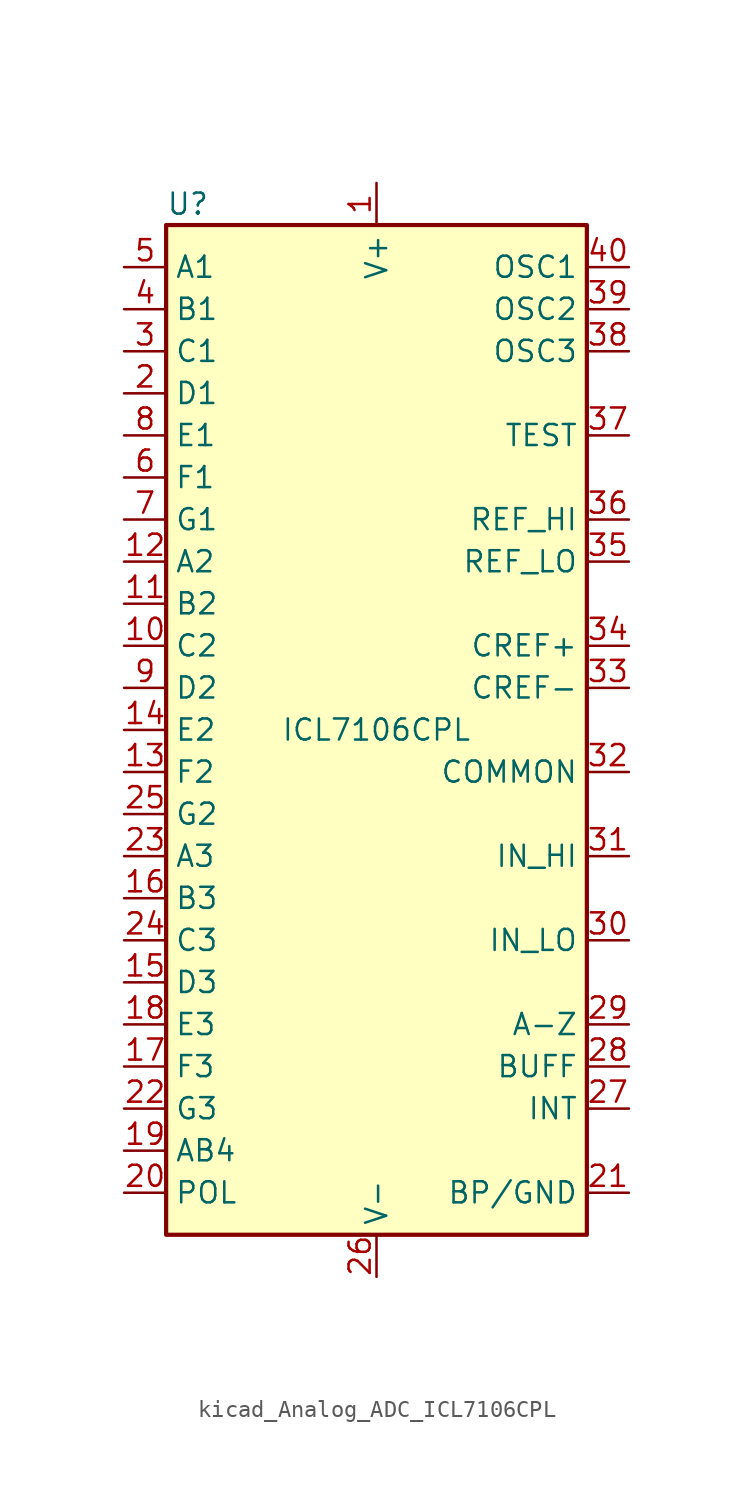
<source format=kicad_sym>
(kicad_symbol_lib
  (version 20220914)
  (generator kicad_symbol_editor)
  (symbol "kicad_Analog_ADC_ICL7106CPL"
    (property "Reference" "U"
      (at -12.7 31.75 0)
      (effects (font (size 1.27 1.27)) (justify left)))
    (property "Value" "ICL7106CPL"
      (at 0 0 0)
      (effects (font (size 1.27 1.27))))
    (symbol "kicad_Analog_ADC_ICL7106CPL_0_1"
      (rectangle (start -12.7 30.48) (end 12.7 -30.48) (stroke (width 0.254) (type default)) (fill (type background))))
    (symbol "kicad_Analog_ADC_ICL7106CPL_1_1"
      (pin power_in line (at 0 33.02 270) (length 2.54) (name "V+" (effects (font (size 1.27 1.27)))) (number "1" (effects (font (size 1.27 1.27)))))
      (pin output line (at -15.24 5.08 0) (length 2.54) (name "C2" (effects (font (size 1.27 1.27)))) (number "10" (effects (font (size 1.27 1.27)))))
      (pin output line (at -15.24 7.62 0) (length 2.54) (name "B2" (effects (font (size 1.27 1.27)))) (number "11" (effects (font (size 1.27 1.27)))))
      (pin output line (at -15.24 10.16 0) (length 2.54) (name "A2" (effects (font (size 1.27 1.27)))) (number "12" (effects (font (size 1.27 1.27)))))
      (pin output line (at -15.24 -2.54 0) (length 2.54) (name "F2" (effects (font (size 1.27 1.27)))) (number "13" (effects (font (size 1.27 1.27)))))
      (pin output line (at -15.24 0 0) (length 2.54) (name "E2" (effects (font (size 1.27 1.27)))) (number "14" (effects (font (size 1.27 1.27)))))
      (pin output line (at -15.24 -15.24 0) (length 2.54) (name "D3" (effects (font (size 1.27 1.27)))) (number "15" (effects (font (size 1.27 1.27)))))
      (pin output line (at -15.24 -10.16 0) (length 2.54) (name "B3" (effects (font (size 1.27 1.27)))) (number "16" (effects (font (size 1.27 1.27)))))
      (pin output line (at -15.24 -20.32 0) (length 2.54) (name "F3" (effects (font (size 1.27 1.27)))) (number "17" (effects (font (size 1.27 1.27)))))
      (pin output line (at -15.24 -17.78 0) (length 2.54) (name "E3" (effects (font (size 1.27 1.27)))) (number "18" (effects (font (size 1.27 1.27)))))
      (pin output line (at -15.24 -25.4 0) (length 2.54) (name "AB4" (effects (font (size 1.27 1.27)))) (number "19" (effects (font (size 1.27 1.27)))))
      (pin output line (at -15.24 20.32 0) (length 2.54) (name "D1" (effects (font (size 1.27 1.27)))) (number "2" (effects (font (size 1.27 1.27)))))
      (pin output line (at -15.24 -27.94 0) (length 2.54) (name "POL" (effects (font (size 1.27 1.27)))) (number "20" (effects (font (size 1.27 1.27)))))
      (pin bidirectional line (at 15.24 -27.94 180) (length 2.54) (name "BP/GND" (effects (font (size 1.27 1.27)))) (number "21" (effects (font (size 1.27 1.27)))))
      (pin output line (at -15.24 -22.86 0) (length 2.54) (name "G3" (effects (font (size 1.27 1.27)))) (number "22" (effects (font (size 1.27 1.27)))))
      (pin output line (at -15.24 -7.62 0) (length 2.54) (name "A3" (effects (font (size 1.27 1.27)))) (number "23" (effects (font (size 1.27 1.27)))))
      (pin output line (at -15.24 -12.7 0) (length 2.54) (name "C3" (effects (font (size 1.27 1.27)))) (number "24" (effects (font (size 1.27 1.27)))))
      (pin output line (at -15.24 -5.08 0) (length 2.54) (name "G2" (effects (font (size 1.27 1.27)))) (number "25" (effects (font (size 1.27 1.27)))))
      (pin power_in line (at 0 -33.02 90) (length 2.54) (name "V-" (effects (font (size 1.27 1.27)))) (number "26" (effects (font (size 1.27 1.27)))))
      (pin passive line (at 15.24 -22.86 180) (length 2.54) (name "INT" (effects (font (size 1.27 1.27)))) (number "27" (effects (font (size 1.27 1.27)))))
      (pin output line (at 15.24 -20.32 180) (length 2.54) (name "BUFF" (effects (font (size 1.27 1.27)))) (number "28" (effects (font (size 1.27 1.27)))))
      (pin passive line (at 15.24 -17.78 180) (length 2.54) (name "A-Z" (effects (font (size 1.27 1.27)))) (number "29" (effects (font (size 1.27 1.27)))))
      (pin output line (at -15.24 22.86 0) (length 2.54) (name "C1" (effects (font (size 1.27 1.27)))) (number "3" (effects (font (size 1.27 1.27)))))
      (pin input line (at 15.24 -12.7 180) (length 2.54) (name "IN_LO" (effects (font (size 1.27 1.27)))) (number "30" (effects (font (size 1.27 1.27)))))
      (pin input line (at 15.24 -7.62 180) (length 2.54) (name "IN_HI" (effects (font (size 1.27 1.27)))) (number "31" (effects (font (size 1.27 1.27)))))
      (pin output line (at 15.24 -2.54 180) (length 2.54) (name "COMMON" (effects (font (size 1.27 1.27)))) (number "32" (effects (font (size 1.27 1.27)))))
      (pin passive line (at 15.24 2.54 180) (length 2.54) (name "CREF-" (effects (font (size 1.27 1.27)))) (number "33" (effects (font (size 1.27 1.27)))))
      (pin passive line (at 15.24 5.08 180) (length 2.54) (name "CREF+" (effects (font (size 1.27 1.27)))) (number "34" (effects (font (size 1.27 1.27)))))
      (pin passive line (at 15.24 10.16 180) (length 2.54) (name "REF_LO" (effects (font (size 1.27 1.27)))) (number "35" (effects (font (size 1.27 1.27)))))
      (pin passive line (at 15.24 12.7 180) (length 2.54) (name "REF_HI" (effects (font (size 1.27 1.27)))) (number "36" (effects (font (size 1.27 1.27)))))
      (pin passive line (at 15.24 17.78 180) (length 2.54) (name "TEST" (effects (font (size 1.27 1.27)))) (number "37" (effects (font (size 1.27 1.27)))))
      (pin passive line (at 15.24 22.86 180) (length 2.54) (name "OSC3" (effects (font (size 1.27 1.27)))) (number "38" (effects (font (size 1.27 1.27)))))
      (pin passive line (at 15.24 25.4 180) (length 2.54) (name "OSC2" (effects (font (size 1.27 1.27)))) (number "39" (effects (font (size 1.27 1.27)))))
      (pin output line (at -15.24 25.4 0) (length 2.54) (name "B1" (effects (font (size 1.27 1.27)))) (number "4" (effects (font (size 1.27 1.27)))))
      (pin passive line (at 15.24 27.94 180) (length 2.54) (name "OSC1" (effects (font (size 1.27 1.27)))) (number "40" (effects (font (size 1.27 1.27)))))
      (pin output line (at -15.24 27.94 0) (length 2.54) (name "A1" (effects (font (size 1.27 1.27)))) (number "5" (effects (font (size 1.27 1.27)))))
      (pin output line (at -15.24 15.24 0) (length 2.54) (name "F1" (effects (font (size 1.27 1.27)))) (number "6" (effects (font (size 1.27 1.27)))))
      (pin output line (at -15.24 12.7 0) (length 2.54) (name "G1" (effects (font (size 1.27 1.27)))) (number "7" (effects (font (size 1.27 1.27)))))
      (pin output line (at -15.24 17.78 0) (length 2.54) (name "E1" (effects (font (size 1.27 1.27)))) (number "8" (effects (font (size 1.27 1.27)))))
      (pin output line (at -15.24 2.54 0) (length 2.54) (name "D2" (effects (font (size 1.27 1.27)))) (number "9" (effects (font (size 1.27 1.27))))))))
</source>
